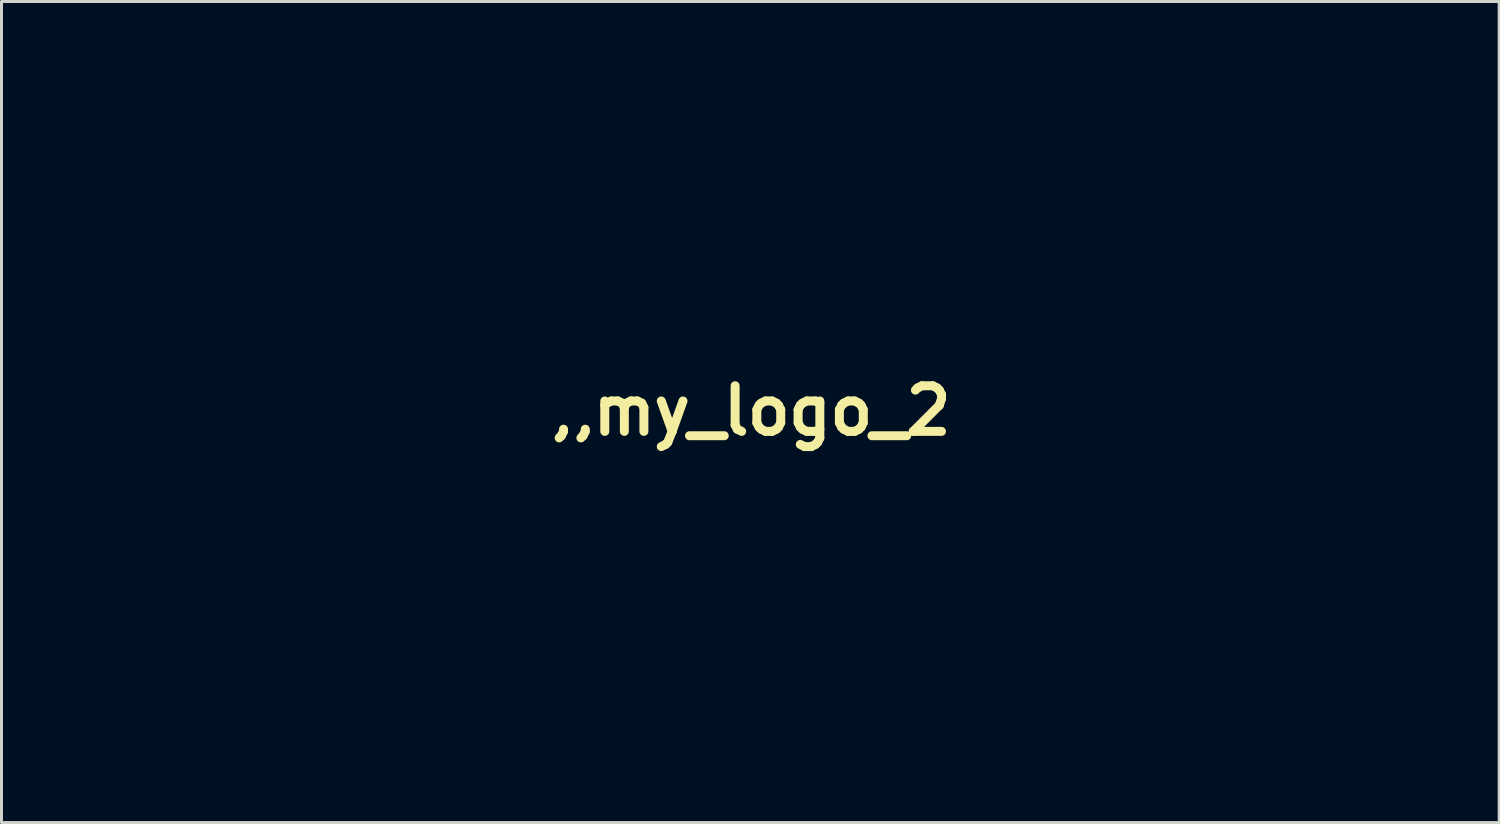
<source format=kicad_pcb>
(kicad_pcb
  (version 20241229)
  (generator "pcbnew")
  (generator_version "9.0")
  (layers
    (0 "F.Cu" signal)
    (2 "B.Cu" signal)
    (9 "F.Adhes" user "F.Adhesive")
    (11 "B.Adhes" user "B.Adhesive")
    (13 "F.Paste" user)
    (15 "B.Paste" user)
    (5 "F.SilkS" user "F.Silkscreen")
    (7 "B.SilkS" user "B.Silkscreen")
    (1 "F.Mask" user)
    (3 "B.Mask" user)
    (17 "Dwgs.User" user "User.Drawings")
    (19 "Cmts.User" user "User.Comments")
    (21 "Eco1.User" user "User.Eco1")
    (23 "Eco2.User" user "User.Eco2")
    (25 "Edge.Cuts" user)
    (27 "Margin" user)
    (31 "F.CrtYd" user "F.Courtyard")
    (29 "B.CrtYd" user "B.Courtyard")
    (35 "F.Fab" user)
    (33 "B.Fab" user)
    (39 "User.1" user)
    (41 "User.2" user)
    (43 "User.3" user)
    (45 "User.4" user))
  (footprint ",,my_logo_2"
    (layer "F.Cu")
    (at 22.018 10.673)
    (property "Reference" ",,my_logo_2" (at 0 0 0) (layer "F.SilkS") (effects (font (size 1.524 1.524) (thickness 0.3))))
    (attr through_hole)
    (fp_poly (pts (xy -2.679 4.565) (xy -2.629 4.779) (xy -2.562 5.095) (xy -2.483 5.483) (xy -2.399 5.911) (xy -2.316 6.348) (xy -2.24 6.761) (xy -2.177 7.119) (xy -2.133 7.391) (xy -2.115 7.544) (xy -2.115 7.556) (xy -2.193 7.589) (xy -2.396 7.611) (xy -2.678 7.62) (xy -3.239 7.62) (xy -3.193 7.334) (xy -3.164 7.15) (xy -3.115 6.836) (xy -3.053 6.431) (xy -2.982 5.971) (xy -2.951 5.767) (xy -2.88 5.326) (xy -2.814 4.95) (xy -2.758 4.669) (xy -2.718 4.511) (xy -2.705 4.487) (xy -2.679 4.565)) (stroke (width 0.01) (type solid)) (fill no) (layer "Eco2.User"))
    (fp_poly (pts (xy 3.587 4.565) (xy 3.637 4.779) (xy 3.704 5.095) (xy 3.782 5.483) (xy 3.866 5.911) (xy 3.949 6.348) (xy 4.025 6.761) (xy 4.088 7.119) (xy 4.132 7.391) (xy 4.15 7.544) (xy 4.151 7.556) (xy 4.072 7.589) (xy 3.869 7.611) (xy 3.587 7.62) (xy 3.026 7.62) (xy 3.072 7.334) (xy 3.101 7.15) (xy 3.15 6.836) (xy 3.213 6.431) (xy 3.283 5.971) (xy 3.314 5.767) (xy 3.385 5.326) (xy 3.451 4.95) (xy 3.507 4.669) (xy 3.547 4.511) (xy 3.56 4.487) (xy 3.587 4.565)) (stroke (width 0.01) (type solid)) (fill no) (layer "Eco2.User"))
    (fp_poly (pts (xy -12.797 4.45) (xy -12.753 4.572) (xy -12.724 4.709) (xy -12.673 4.97) (xy -12.605 5.324) (xy -12.528 5.735) (xy -12.446 6.172) (xy -12.366 6.602) (xy -12.295 6.991) (xy -12.238 7.307) (xy -12.202 7.516) (xy -12.192 7.586) (xy -12.269 7.603) (xy -12.471 7.616) (xy -12.742 7.62) (xy -13.041 7.614) (xy -13.208 7.59) (xy -13.279 7.536) (xy -13.293 7.458) (xy -13.28 7.326) (xy -13.246 7.064) (xy -13.196 6.706) (xy -13.134 6.287) (xy -13.067 5.842) (xy -13 5.405) (xy -12.937 5.013) (xy -12.884 4.698) (xy -12.847 4.496) (xy -12.835 4.445) (xy -12.797 4.45)) (stroke (width 0.01) (type solid)) (fill no) (layer "Eco2.User"))
    (fp_poly (pts (xy 0.448 3.647) (xy 0.647 3.679) (xy 0.794 3.758) (xy 0.948 3.905) (xy 0.973 3.93) (xy 1.154 4.169) (xy 1.279 4.418) (xy 1.3 4.491) (xy 1.316 4.652) (xy 1.33 4.954) (xy 1.341 5.37) (xy 1.349 5.872) (xy 1.354 6.433) (xy 1.355 6.767) (xy 1.355 8.772) (xy 1.058 9.06) (xy 0.866 9.226) (xy 0.681 9.319) (xy 0.435 9.365) (xy 0.232 9.381) (xy -0.054 9.389) (xy -0.27 9.376) (xy -0.36 9.35) (xy -0.375 9.252) (xy -0.389 9.006) (xy -0.401 8.631) (xy -0.411 8.147) (xy -0.418 7.575) (xy -0.422 6.935) (xy -0.423 6.463) (xy -0.423 3.641) (xy 0.138 3.641) (xy 0.448 3.647)) (stroke (width 0.01) (type solid)) (fill no) (layer "Eco2.User"))
    (fp_poly (pts (xy 16.63 3.655) (xy 16.864 3.709) (xy 17.049 3.816) (xy 17.059 3.824) (xy 17.194 3.941) (xy 17.301 4.069) (xy 17.382 4.229) (xy 17.441 4.442) (xy 17.481 4.729) (xy 17.507 5.11) (xy 17.52 5.606) (xy 17.525 6.239) (xy 17.526 6.674) (xy 17.526 8.781) (xy 17.318 9.005) (xy 17.11 9.186) (xy 16.896 9.311) (xy 16.889 9.314) (xy 16.683 9.363) (xy 16.41 9.39) (xy 16.132 9.396) (xy 15.909 9.378) (xy 15.804 9.342) (xy 15.791 9.246) (xy 15.779 9.002) (xy 15.768 8.629) (xy 15.759 8.146) (xy 15.753 7.575) (xy 15.749 6.936) (xy 15.748 6.463) (xy 15.748 3.641) (xy 16.287 3.641) (xy 16.63 3.655)) (stroke (width 0.01) (type solid)) (fill no) (layer "Eco2.User"))
    (fp_poly (pts (xy -8.108 -9.06) (xy -7.401 -8.919) (xy -7.324 -8.895) (xy -6.306 -8.485) (xy -5.252 -7.911) (xy -4.16 -7.171) (xy -3.031 -6.267) (xy -1.969 -5.3) (xy -1.159 -4.521) (xy -1.314 -4.285) (xy -1.451 -4.12) (xy -1.695 -3.87) (xy -2.02 -3.559) (xy -2.401 -3.21) (xy -2.813 -2.845) (xy -3.23 -2.486) (xy -3.627 -2.157) (xy -3.979 -1.881) (xy -4.022 -1.849) (xy -4.324 -1.622) (xy -4.586 -1.426) (xy -4.77 -1.287) (xy -4.827 -1.243) (xy -5.088 -1.069) (xy -5.463 -0.856) (xy -5.909 -0.624) (xy -6.383 -0.397) (xy -6.843 -0.194) (xy -7.239 -0.04) (xy -7.589 0.045) (xy -8.058 0.105) (xy -8.595 0.138) (xy -9.151 0.143) (xy -9.678 0.12) (xy -10.126 0.065) (xy -10.235 0.043) (xy -11.297 -0.261) (xy -12.236 -0.666) (xy -13.048 -1.168) (xy -13.725 -1.763) (xy -14.264 -2.447) (xy -14.514 -2.888) (xy -14.786 -3.623) (xy -14.895 -4.373) (xy -14.839 -5.122) (xy -14.621 -5.85) (xy -14.414 -6.265) (xy -13.982 -6.869) (xy -13.413 -7.439) (xy -12.741 -7.949) (xy -11.999 -8.373) (xy -11.501 -8.586) (xy -10.637 -8.856) (xy -9.761 -9.026) (xy -8.906 -9.095) (xy -8.108 -9.06)) (stroke (width 0.01) (type solid)) (fill no) (layer "Eco2.User"))
    (fp_poly (pts (xy 8.346 -6.082) (xy 8.834 -5.87) (xy 9.253 -5.54) (xy 9.574 -5.097) (xy 9.61 -5.025) (xy 9.72 -4.622) (xy 9.718 -4.161) (xy 9.612 -3.708) (xy 9.459 -3.399) (xy 9.151 -3.059) (xy 8.742 -2.778) (xy 8.299 -2.598) (xy 8.128 -2.563) (xy 7.789 -2.518) (xy 7.789 -2.818) (xy 7.814 -3.026) (xy 7.914 -3.194) (xy 8.124 -3.383) (xy 8.128 -3.387) (xy 8.323 -3.563) (xy 8.445 -3.716) (xy 8.467 -3.775) (xy 8.421 -3.884) (xy 8.303 -3.855) (xy 8.23 -3.793) (xy 8.148 -3.744) (xy 8.128 -3.839) (xy 8.185 -3.997) (xy 8.323 -4.181) (xy 8.336 -4.195) (xy 8.451 -4.33) (xy 8.47 -4.4) (xy 8.459 -4.403) (xy 8.3 -4.331) (xy 8.135 -4.155) (xy 8.007 -3.932) (xy 7.959 -3.729) (xy 7.934 -3.549) (xy 7.876 -3.471) (xy 7.874 -3.471) (xy 7.832 -3.551) (xy 7.803 -3.767) (xy 7.79 -4.088) (xy 7.789 -4.149) (xy 7.779 -4.484) (xy 7.752 -4.72) (xy 7.712 -4.824) (xy 7.705 -4.826) (xy 7.638 -4.754) (xy 7.617 -4.636) (xy 7.608 -4.503) (xy 7.56 -4.52) (xy 7.49 -4.609) (xy 7.376 -4.884) (xy 7.422 -5.167) (xy 7.574 -5.38) (xy 7.689 -5.516) (xy 7.708 -5.585) (xy 7.697 -5.588) (xy 7.549 -5.519) (xy 7.385 -5.353) (xy 7.252 -5.148) (xy 7.197 -4.964) (xy 7.197 -4.963) (xy 7.25 -4.761) (xy 7.382 -4.536) (xy 7.408 -4.503) (xy 7.561 -4.257) (xy 7.617 -3.962) (xy 7.62 -3.857) (xy 7.62 -3.463) (xy 7.331 -3.683) (xy 7.112 -3.82) (xy 6.991 -3.838) (xy 6.974 -3.76) (xy 7.066 -3.609) (xy 7.269 -3.41) (xy 7.486 -3.207) (xy 7.592 -3.034) (xy 7.62 -2.833) (xy 7.62 -2.829) (xy 7.604 -2.633) (xy 7.53 -2.554) (xy 7.387 -2.542) (xy 7.161 -2.579) (xy 6.887 -2.668) (xy 6.816 -2.699) (xy 6.349 -2.992) (xy 6.003 -3.371) (xy 5.783 -3.81) (xy 5.717 -4.151) (xy 6.336 -4.151) (xy 6.345 -3.937) (xy 6.425 -3.75) (xy 6.595 -3.56) (xy 6.796 -3.424) (xy 6.926 -3.392) (xy 6.998 -3.41) (xy 6.914 -3.46) (xy 6.885 -3.472) (xy 6.661 -3.646) (xy 6.543 -3.919) (xy 6.539 -4.158) (xy 6.535 -4.351) (xy 6.462 -4.403) (xy 6.369 -4.343) (xy 6.336 -4.151) (xy 5.717 -4.151) (xy 5.693 -4.28) (xy 5.738 -4.756) (xy 5.924 -5.209) (xy 6.255 -5.614) (xy 6.285 -5.642) (xy 6.758 -5.956) (xy 7.279 -6.131) (xy 7.818 -6.171) (xy 8.346 -6.082)) (stroke (width 0.01) (type solid)) (fill no) (layer "Eco2.User"))
    (fp_poly (pts (xy 8.409 -9.067) (xy 8.984 -8.99) (xy 9.229 -8.937) (xy 10.184 -8.637) (xy 11.039 -8.246) (xy 11.788 -7.775) (xy 12.423 -7.234) (xy 12.936 -6.635) (xy 13.319 -5.988) (xy 13.566 -5.305) (xy 13.668 -4.597) (xy 13.617 -3.875) (xy 13.407 -3.149) (xy 13.337 -2.985) (xy 12.909 -2.253) (xy 12.336 -1.601) (xy 11.625 -1.034) (xy 10.782 -0.556) (xy 9.814 -0.172) (xy 9.356 -0.036) (xy 8.956 0.043) (xy 8.456 0.099) (xy 7.904 0.132) (xy 7.349 0.141) (xy 6.84 0.123) (xy 6.424 0.077) (xy 6.265 0.044) (xy 5.824 -0.108) (xy 5.288 -0.343) (xy 4.695 -0.641) (xy 4.085 -0.981) (xy 3.497 -1.343) (xy 2.968 -1.705) (xy 2.867 -1.78) (xy 2.476 -2.09) (xy 2.015 -2.478) (xy 1.532 -2.902) (xy 1.076 -3.32) (xy 0.919 -3.469) (xy -0.016 -4.369) (xy 4.164 -4.369) (xy 4.177 -4.097) (xy 4.289 -3.949) (xy 4.523 -3.896) (xy 4.572 -3.894) (xy 4.695 -3.868) (xy 4.805 -3.773) (xy 4.926 -3.577) (xy 5.052 -3.321) (xy 5.188 -3.029) (xy 5.257 -2.847) (xy 5.265 -2.732) (xy 5.218 -2.644) (xy 5.158 -2.577) (xy 5.025 -2.4) (xy 5.025 -2.261) (xy 5.165 -2.11) (xy 5.246 -2.048) (xy 5.446 -1.911) (xy 5.579 -1.878) (xy 5.707 -1.949) (xy 5.813 -2.044) (xy 5.981 -2.163) (xy 6.104 -2.145) (xy 6.115 -2.137) (xy 6.249 -2.064) (xy 6.489 -1.964) (xy 6.731 -1.877) (xy 7.011 -1.775) (xy 7.168 -1.687) (xy 7.24 -1.581) (xy 7.266 -1.446) (xy 7.292 -1.29) (xy 7.361 -1.213) (xy 7.519 -1.188) (xy 7.705 -1.185) (xy 7.952 -1.192) (xy 8.077 -1.23) (xy 8.128 -1.329) (xy 8.144 -1.449) (xy 8.175 -1.605) (xy 8.257 -1.707) (xy 8.432 -1.79) (xy 8.637 -1.857) (xy 8.925 -1.953) (xy 9.166 -2.045) (xy 9.267 -2.092) (xy 9.418 -2.133) (xy 9.589 -2.062) (xy 9.664 -2.01) (xy 9.898 -1.837) (xy 10.198 -2.066) (xy 10.409 -2.241) (xy 10.482 -2.364) (xy 10.426 -2.472) (xy 10.291 -2.572) (xy 10.084 -2.708) (xy 10.333 -3.183) (xy 10.465 -3.449) (xy 10.555 -3.665) (xy 10.583 -3.771) (xy 10.662 -3.858) (xy 10.877 -3.908) (xy 10.901 -3.911) (xy 11.096 -3.935) (xy 11.188 -3.998) (xy 11.216 -4.148) (xy 11.218 -4.318) (xy 11.211 -4.553) (xy 11.166 -4.667) (xy 11.044 -4.711) (xy 10.911 -4.725) (xy 10.699 -4.762) (xy 10.596 -4.858) (xy 10.549 -5.02) (xy 10.465 -5.267) (xy 10.327 -5.54) (xy 10.29 -5.598) (xy 10.086 -5.907) (xy 10.293 -6.102) (xy 10.5 -6.297) (xy 10.272 -6.535) (xy 10.046 -6.723) (xy 9.853 -6.76) (xy 9.659 -6.652) (xy 9.643 -6.638) (xy 9.55 -6.571) (xy 9.441 -6.556) (xy 9.271 -6.596) (xy 8.995 -6.698) (xy 8.959 -6.711) (xy 8.663 -6.826) (xy 8.415 -6.92) (xy 8.276 -6.971) (xy 8.155 -7.098) (xy 8.128 -7.283) (xy 8.12 -7.44) (xy 8.065 -7.513) (xy 7.92 -7.529) (xy 7.726 -7.519) (xy 7.482 -7.495) (xy 7.36 -7.444) (xy 7.311 -7.332) (xy 7.297 -7.218) (xy 7.24 -7.006) (xy 7.142 -6.943) (xy 7.002 -6.913) (xy 6.759 -6.834) (xy 6.465 -6.723) (xy 6.465 -6.723) (xy 6.171 -6.61) (xy 5.989 -6.56) (xy 5.874 -6.566) (xy 5.782 -6.624) (xy 5.766 -6.638) (xy 5.569 -6.758) (xy 5.377 -6.729) (xy 5.191 -6.589) (xy 5.03 -6.396) (xy 5.019 -6.234) (xy 5.155 -6.063) (xy 5.157 -6.061) (xy 5.241 -5.974) (xy 5.266 -5.885) (xy 5.224 -5.748) (xy 5.111 -5.519) (xy 5.072 -5.446) (xy 4.942 -5.182) (xy 4.853 -4.968) (xy 4.826 -4.865) (xy 4.747 -4.778) (xy 4.533 -4.728) (xy 4.508 -4.725) (xy 4.302 -4.696) (xy 4.206 -4.617) (xy 4.17 -4.436) (xy 4.164 -4.369) (xy -0.016 -4.369) (xy -0.127 -4.476) (xy 0.677 -5.267) (xy 1.609 -6.131) (xy 2.554 -6.911) (xy 3.495 -7.594) (xy 4.412 -8.167) (xy 5.286 -8.618) (xy 6.1 -8.933) (xy 6.138 -8.945) (xy 6.594 -9.04) (xy 7.16 -9.092) (xy 7.783 -9.101) (xy 8.409 -9.067)) (stroke (width 0.01) (type solid)) (fill no) (layer "Eco2.User"))
    (fp_poly (pts (xy 22.013 10.753) (xy -22.013 10.753) (xy -22.013 9.53) (xy -13.84 9.53) (xy -13.833 9.583) (xy -13.759 9.633) (xy -13.688 9.531) (xy -13.618 9.272) (xy -13.555 8.914) (xy -13.487 8.461) (xy -13.435 8.148) (xy -13.38 7.95) (xy -13.303 7.841) (xy -13.187 7.795) (xy -13.012 7.786) (xy -12.761 7.789) (xy -12.754 7.789) (xy -12.144 7.789) (xy -11.986 8.7) (xy -11.919 9.075) (xy -11.859 9.387) (xy -11.814 9.6) (xy -11.793 9.673) (xy -11.701 9.734) (xy -11.612 9.702) (xy -11.599 9.661) (xy -11.614 9.557) (xy -11.656 9.311) (xy -11.721 8.947) (xy -11.803 8.49) (xy -11.899 7.963) (xy -12.004 7.391) (xy -12.113 6.798) (xy -12.152 6.589) (xy -10.583 6.589) (xy -10.583 8.907) (xy -10.295 9.195) (xy -10.108 9.363) (xy -9.936 9.449) (xy -9.707 9.48) (xy -9.529 9.483) (xy -9.213 9.46) (xy -8.927 9.402) (xy -8.806 9.356) (xy -8.501 9.123) (xy -8.336 8.805) (xy -8.297 8.483) (xy -8.321 8.237) (xy -8.379 8.144) (xy -8.452 8.196) (xy -8.521 8.384) (xy -8.557 8.591) (xy -8.64 8.94) (xy -8.807 9.163) (xy -9.083 9.281) (xy -9.456 9.313) (xy -9.749 9.3) (xy -9.946 9.242) (xy -10.116 9.115) (xy -10.167 9.066) (xy -10.414 8.818) (xy -10.414 6.649) (xy -10.413 6.435) (xy -7.451 6.435) (xy -7.378 6.498) (xy -7.239 6.519) (xy -7.027 6.519) (xy -7.027 8.001) (xy -7.025 8.543) (xy -7.019 8.938) (xy -7.005 9.207) (xy -6.983 9.373) (xy -6.95 9.458) (xy -6.904 9.483) (xy -6.9 9.483) (xy -6.854 9.461) (xy -6.82 9.381) (xy -6.797 9.222) (xy -6.783 8.96) (xy -6.775 8.575) (xy -6.773 8.044) (xy -6.773 8.001) (xy -6.773 6.519) (xy -5.08 6.519) (xy -5.08 8.001) (xy -5.078 8.543) (xy -5.071 8.938) (xy -5.058 9.207) (xy -5.035 9.373) (xy -5.002 9.458) (xy -4.957 9.483) (xy -4.953 9.483) (xy -4.919 9.465) (xy -4.891 9.402) (xy -4.87 9.277) (xy -4.853 9.075) (xy -4.842 8.78) (xy -4.834 8.376) (xy -4.829 7.848) (xy -4.828 7.705) (xy -3.725 7.705) (xy -3.656 7.778) (xy -3.589 7.789) (xy -3.493 7.841) (xy -3.495 7.898) (xy -3.537 8.063) (xy -3.584 8.329) (xy -3.629 8.651) (xy -3.669 8.986) (xy -3.698 9.289) (xy -3.71 9.515) (xy -3.7 9.621) (xy -3.699 9.622) (xy -3.647 9.654) (xy -3.602 9.616) (xy -3.558 9.487) (xy -3.507 9.244) (xy -3.444 8.863) (xy -3.418 8.693) (xy -3.278 7.789) (xy -2.054 7.789) (xy -1.955 8.319) (xy -1.856 8.842) (xy -1.78 9.221) (xy -1.723 9.478) (xy -1.679 9.635) (xy -1.641 9.713) (xy -1.606 9.737) (xy -1.603 9.737) (xy -1.536 9.667) (xy -1.525 9.588) (xy -1.54 9.463) (xy -1.582 9.199) (xy -1.647 8.819) (xy -1.731 8.346) (xy -1.829 7.803) (xy -1.937 7.212) (xy -2.051 6.596) (xy -2.167 5.978) (xy -2.28 5.382) (xy -2.386 4.828) (xy -2.481 4.342) (xy -2.56 3.944) (xy -2.62 3.658) (xy -2.656 3.507) (xy -2.663 3.49) (xy -2.754 3.489) (xy -2.766 3.499) (xy -2.789 3.589) (xy -2.835 3.818) (xy -2.898 4.16) (xy -2.975 4.586) (xy -3.059 5.068) (xy -3.147 5.58) (xy -3.233 6.094) (xy -3.313 6.582) (xy -3.383 7.016) (xy -3.437 7.369) (xy -3.469 7.599) (xy -3.541 7.618) (xy -3.598 7.62) (xy -3.711 7.666) (xy -3.725 7.705) (xy -4.828 7.705) (xy -4.826 7.178) (xy -4.826 6.519) (xy -4.827 5.724) (xy -4.829 5.082) (xy -4.835 4.578) (xy -4.843 4.195) (xy -4.856 3.919) (xy -4.873 3.733) (xy -4.896 3.621) (xy -4.925 3.567) (xy -4.953 3.556) (xy -5.001 3.578) (xy -5.035 3.66) (xy -5.058 3.823) (xy -5.072 4.091) (xy -5.078 4.486) (xy -5.08 4.953) (xy -5.08 6.35) (xy -6.773 6.35) (xy -6.773 4.953) (xy -6.775 4.429) (xy -6.783 4.051) (xy -6.798 3.797) (xy -6.822 3.645) (xy -6.858 3.573) (xy -6.9 3.556) (xy -6.948 3.578) (xy -6.982 3.66) (xy -7.005 3.823) (xy -7.019 4.091) (xy -7.026 4.486) (xy -7.027 4.953) (xy -7.027 6.35) (xy -7.239 6.35) (xy -7.398 6.379) (xy -7.451 6.435) (xy -10.413 6.435) (xy -10.412 5.948) (xy -10.406 5.398) (xy -10.394 4.977) (xy -10.376 4.668) (xy -10.351 4.451) (xy -10.318 4.306) (xy -10.291 4.241) (xy -10.076 3.998) (xy -9.758 3.845) (xy -9.38 3.795) (xy -8.988 3.858) (xy -8.895 3.893) (xy -8.724 3.99) (xy -8.62 4.138) (xy -8.557 4.382) (xy -8.533 4.565) (xy -8.476 4.762) (xy -8.395 4.809) (xy -8.324 4.713) (xy -8.299 4.516) (xy -8.378 4.143) (xy -8.604 3.852) (xy -8.794 3.727) (xy -9.069 3.65) (xy -9.426 3.632) (xy -9.786 3.672) (xy -10.065 3.762) (xy -10.212 3.842) (xy -10.328 3.924) (xy -10.417 4.029) (xy -10.482 4.177) (xy -10.528 4.386) (xy -10.557 4.677) (xy -10.574 5.069) (xy -10.581 5.583) (xy -10.583 6.237) (xy -10.583 6.589) (xy -12.152 6.589) (xy -12.223 6.208) (xy -12.328 5.647) (xy -12.425 5.137) (xy -12.508 4.703) (xy -12.573 4.37) (xy -12.597 4.249) (xy -12.672 3.93) (xy -12.747 3.687) (xy -12.809 3.558) (xy -12.827 3.546) (xy -12.858 3.553) (xy -12.887 3.583) (xy -12.917 3.656) (xy -12.951 3.79) (xy -12.993 4.003) (xy -13.048 4.314) (xy -13.118 4.74) (xy -13.207 5.301) (xy -13.295 5.863) (xy -13.398 6.497) (xy -13.484 6.976) (xy -13.556 7.313) (xy -13.616 7.521) (xy -13.668 7.613) (xy -13.686 7.62) (xy -13.79 7.669) (xy -13.773 7.763) (xy -13.7 7.809) (xy -13.659 7.869) (xy -13.652 8.028) (xy -13.682 8.307) (xy -13.739 8.677) (xy -13.793 9.037) (xy -13.828 9.334) (xy -13.84 9.53) (xy -22.013 9.53) (xy -22.013 6.519) (xy -17.695 6.519) (xy -17.695 7.316) (xy -17.692 7.958) (xy -17.686 8.463) (xy -17.678 8.846) (xy -17.665 9.122) (xy -17.647 9.309) (xy -17.625 9.42) (xy -17.596 9.472) (xy -17.57 9.483) (xy -17.534 9.463) (xy -17.504 9.394) (xy -17.481 9.258) (xy -17.463 9.038) (xy -17.449 8.719) (xy -17.438 8.282) (xy -17.43 7.712) (xy -17.422 6.992) (xy -17.421 6.879) (xy -17.399 4.276) (xy -16.891 5.481) (xy -16.71 5.896) (xy -16.546 6.249) (xy -16.411 6.514) (xy -16.319 6.664) (xy -16.291 6.687) (xy -16.228 6.613) (xy -16.119 6.409) (xy -15.975 6.104) (xy -15.812 5.724) (xy -15.748 5.567) (xy -15.582 5.16) (xy -15.435 4.809) (xy -15.32 4.543) (xy -15.249 4.395) (xy -15.237 4.376) (xy -15.224 4.438) (xy -15.215 4.646) (xy -15.209 4.974) (xy -15.207 5.398) (xy -15.208 5.893) (xy -15.213 6.436) (xy -15.22 7.001) (xy -15.231 7.565) (xy -15.244 8.103) (xy -15.26 8.59) (xy -15.271 8.869) (xy -15.278 9.212) (xy -15.257 9.408) (xy -15.206 9.481) (xy -15.194 9.483) (xy -15.151 9.434) (xy -15.116 9.277) (xy -15.086 8.997) (xy -15.06 8.578) (xy -15.037 8.022) (xy -15.003 6.985) (xy -14.98 6.071) (xy -14.966 5.288) (xy -14.963 4.642) (xy -14.97 4.14) (xy -14.986 3.788) (xy -15.013 3.594) (xy -15.037 3.556) (xy -15.099 3.63) (xy -15.213 3.836) (xy -15.365 4.148) (xy -15.544 4.541) (xy -15.703 4.911) (xy -15.89 5.351) (xy -16.055 5.732) (xy -16.185 6.027) (xy -16.27 6.213) (xy -16.299 6.265) (xy -16.338 6.192) (xy -16.432 5.987) (xy -16.57 5.676) (xy -16.741 5.285) (xy -16.902 4.911) (xy -17.096 4.47) (xy -17.275 4.089) (xy -17.426 3.793) (xy -17.536 3.608) (xy -17.588 3.556) (xy -17.617 3.589) (xy -17.641 3.697) (xy -17.66 3.894) (xy -17.675 4.193) (xy -17.685 4.609) (xy -17.691 5.156) (xy -17.695 5.847) (xy -17.695 6.519) (xy -22.013 6.519) (xy -22.013 3.471) (xy -0.593 3.471) (xy -0.593 9.567) (xy -0.04 9.567) (xy 0.303 9.548) (xy 0.623 9.498) (xy 0.806 9.445) (xy 1.072 9.298) (xy 1.307 9.114) (xy 1.312 9.11) (xy 1.524 8.898) (xy 1.524 7.705) (xy 2.54 7.705) (xy 2.609 7.778) (xy 2.676 7.789) (xy 2.772 7.841) (xy 2.77 7.898) (xy 2.728 8.063) (xy 2.682 8.329) (xy 2.636 8.651) (xy 2.596 8.986) (xy 2.568 9.289) (xy 2.556 9.515) (xy 2.565 9.621) (xy 2.566 9.622) (xy 2.619 9.654) (xy 2.664 9.616) (xy 2.708 9.487) (xy 2.758 9.244) (xy 2.821 8.863) (xy 2.848 8.693) (xy 2.988 7.789) (xy 4.211 7.789) (xy 4.31 8.319) (xy 4.41 8.842) (xy 4.485 9.221) (xy 4.542 9.478) (xy 4.587 9.635) (xy 4.624 9.713) (xy 4.66 9.737) (xy 4.663 9.737) (xy 4.729 9.667) (xy 4.741 9.588) (xy 4.725 9.463) (xy 4.683 9.199) (xy 4.618 8.819) (xy 4.534 8.346) (xy 4.436 7.803) (xy 4.328 7.212) (xy 4.214 6.596) (xy 4.2 6.519) (xy 9.059 6.519) (xy 9.059 9.567) (xy 9.943 9.567) (xy 10.325 9.56) (xy 10.632 9.539) (xy 10.828 9.507) (xy 10.88 9.483) (xy 10.827 9.441) (xy 10.614 9.413) (xy 10.252 9.399) (xy 10.08 9.398) (xy 9.229 9.398) (xy 9.229 6.435) (xy 9.226 5.56) (xy 9.219 4.832) (xy 9.207 4.254) (xy 9.191 3.832) (xy 9.171 3.57) (xy 9.146 3.472) (xy 9.144 3.471) (xy 9.119 3.555) (xy 9.099 3.804) (xy 9.082 4.214) (xy 9.07 4.779) (xy 9.062 5.497) (xy 9.059 6.362) (xy 9.059 6.519) (xy 4.2 6.519) (xy 4.098 5.978) (xy 3.985 5.382) (xy 3.879 4.828) (xy 3.784 4.342) (xy 3.705 3.944) (xy 3.645 3.658) (xy 3.609 3.507) (xy 3.603 3.49) (xy 3.558 3.469) (xy 3.515 3.51) (xy 3.469 3.632) (xy 3.416 3.85) (xy 3.352 4.183) (xy 3.272 4.647) (xy 3.173 5.261) (xy 3.165 5.312) (xy 3.057 5.993) (xy 2.971 6.525) (xy 2.905 6.926) (xy 2.854 7.215) (xy 2.813 7.411) (xy 2.78 7.53) (xy 2.749 7.593) (xy 2.718 7.617) (xy 2.681 7.62) (xy 2.663 7.62) (xy 2.553 7.667) (xy 2.54 7.705) (xy 1.524 7.705) (xy 1.524 6.646) (xy 1.523 5.925) (xy 1.518 5.352) (xy 1.504 4.906) (xy 1.479 4.567) (xy 1.438 4.312) (xy 1.378 4.122) (xy 1.296 3.974) (xy 1.187 3.848) (xy 1.048 3.723) (xy 1.013 3.693) (xy 0.86 3.579) (xy 0.702 3.513) (xy 0.488 3.481) (xy 0.168 3.472) (xy 0.078 3.471) (xy -0.593 3.471) (xy -22.013 3.471) (xy -22.013 3.387) (xy 12.023 3.387) (xy 12.101 3.43) (xy 12.311 3.46) (xy 12.615 3.471) (xy 13.208 3.471) (xy 13.208 6.477) (xy 13.209 7.279) (xy 13.211 7.927) (xy 13.217 8.437) (xy 13.225 8.825) (xy 13.238 9.106) (xy 13.255 9.297) (xy 13.277 9.413) (xy 13.305 9.469) (xy 13.335 9.483) (xy 13.369 9.465) (xy 13.396 9.402) (xy 13.418 9.278) (xy 13.434 9.077) (xy 13.446 8.784) (xy 13.454 8.382) (xy 13.459 7.856) (xy 13.461 7.19) (xy 13.462 6.477) (xy 13.462 3.471) (xy 14.055 3.471) (xy 15.579 3.471) (xy 15.579 9.567) (xy 16.15 9.565) (xy 16.684 9.52) (xy 17.069 9.406) (xy 17.335 9.243) (xy 17.564 9.034) (xy 17.605 8.982) (xy 17.663 8.896) (xy 17.708 8.805) (xy 17.74 8.689) (xy 17.762 8.526) (xy 17.774 8.292) (xy 17.779 7.967) (xy 17.777 7.529) (xy 17.77 6.955) (xy 17.765 6.58) (xy 17.754 5.873) (xy 17.74 5.314) (xy 17.717 4.88) (xy 17.683 4.549) (xy 17.632 4.3) (xy 17.56 4.111) (xy 17.462 3.96) (xy 17.335 3.825) (xy 17.184 3.693) (xy 17.031 3.579) (xy 16.873 3.513) (xy 16.659 3.481) (xy 16.339 3.472) (xy 16.25 3.471) (xy 15.579 3.471) (xy 14.055 3.471) (xy 14.359 3.46) (xy 14.569 3.43) (xy 14.647 3.387) (xy 14.647 3.387) (xy 14.565 3.353) (xy 14.327 3.327) (xy 13.948 3.309) (xy 13.442 3.302) (xy 13.335 3.302) (xy 12.806 3.307) (xy 12.402 3.323) (xy 12.138 3.347) (xy 12.026 3.38) (xy 12.023 3.387) (xy -22.013 3.387) (xy -22.013 -4.72) (xy -15.728 -4.72) (xy -15.711 -3.93) (xy -15.564 -3.211) (xy -15.278 -2.532) (xy -14.841 -1.859) (xy -14.651 -1.621) (xy -14.056 -1.026) (xy -13.331 -0.495) (xy -12.506 -0.039) (xy -11.609 0.332) (xy -10.671 0.609) (xy -9.723 0.781) (xy -8.792 0.839) (xy -7.91 0.772) (xy -7.647 0.724) (xy -7.252 0.629) (xy -6.832 0.512) (xy -6.569 0.427) (xy -5.876 0.138) (xy -5.11 -0.268) (xy -4.299 -0.771) (xy -3.469 -1.353) (xy -2.648 -1.994) (xy -1.865 -2.676) (xy -1.317 -3.203) (xy -0.645 -3.882) (xy 0.069 -3.207) (xy 1.227 -2.166) (xy 2.337 -1.284) (xy 3.402 -0.558) (xy 4.427 0.013) (xy 5.416 0.432) (xy 6.374 0.701) (xy 7.304 0.823) (xy 8.071 0.812) (xy 8.964 0.694) (xy 9.861 0.494) (xy 10.706 0.228) (xy 11.432 -0.085) (xy 12.247 -0.573) (xy 12.953 -1.145) (xy 13.541 -1.786) (xy 14.002 -2.48) (xy 14.325 -3.213) (xy 14.502 -3.97) (xy 14.523 -4.735) (xy 14.49 -5.013) (xy 14.276 -5.831) (xy 13.912 -6.596) (xy 13.411 -7.298) (xy 12.785 -7.928) (xy 12.047 -8.479) (xy 11.211 -8.942) (xy 10.289 -9.307) (xy 9.294 -9.565) (xy 8.24 -9.709) (xy 7.53 -9.736) (xy 6.726 -9.687) (xy 5.942 -9.529) (xy 5.131 -9.253) (xy 4.6 -9.02) (xy 3.409 -8.375) (xy 2.214 -7.562) (xy 1.014 -6.581) (xy 0.277 -5.897) (xy -0.588 -5.058) (xy -1.289 -5.718) (xy -2.303 -6.635) (xy -3.255 -7.416) (xy -4.164 -8.074) (xy -5.047 -8.62) (xy -5.925 -9.068) (xy -6.815 -9.43) (xy -6.9 -9.46) (xy -7.611 -9.639) (xy -8.424 -9.725) (xy -9.296 -9.719) (xy -10.189 -9.622) (xy -11.063 -9.435) (xy -11.388 -9.339) (xy -12.443 -8.928) (xy -13.36 -8.42) (xy -14.14 -7.814) (xy -14.784 -7.109) (xy -15.293 -6.305) (xy -15.337 -6.217) (xy -15.509 -5.854) (xy -15.618 -5.566) (xy -15.68 -5.284) (xy -15.715 -4.937) (xy -15.728 -4.72) (xy -22.013 -4.72) (xy -22.013 -10.668) (xy 22.013 -10.668) (xy 22.013 10.753)) (stroke (width 0.01) (type solid)) (fill no) (layer "Eco2.User")))
  (gr_rect
    (start -3 -3)
    (end 47.037 24.431)
    (stroke (width 0.1) (type default))
    (fill no)
    (layer "Edge.Cuts")))
</source>
